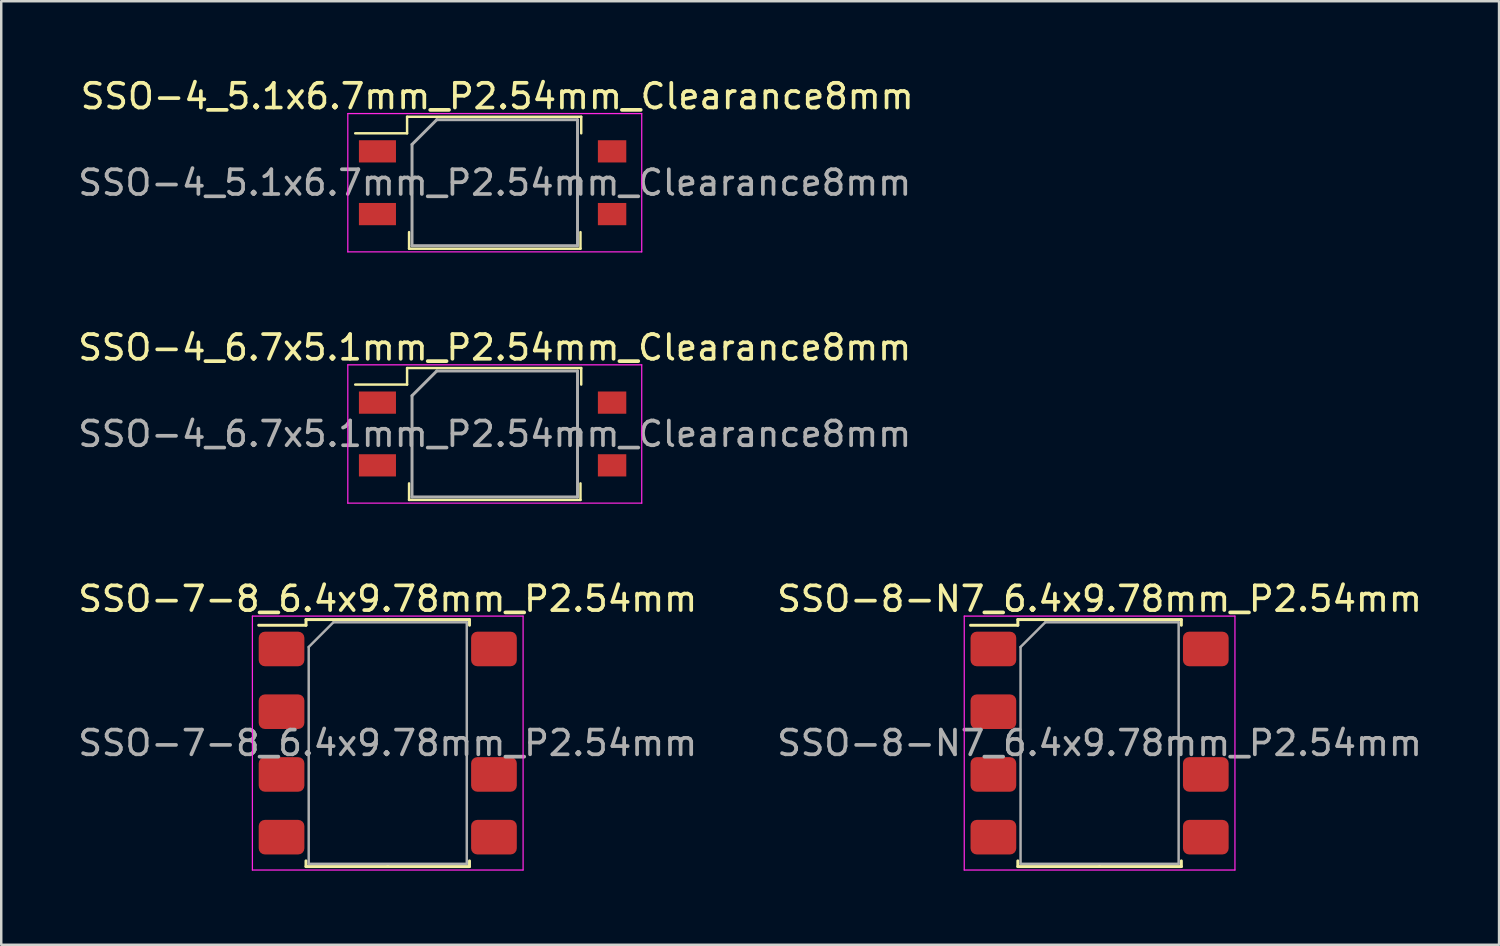
<source format=kicad_pcb>
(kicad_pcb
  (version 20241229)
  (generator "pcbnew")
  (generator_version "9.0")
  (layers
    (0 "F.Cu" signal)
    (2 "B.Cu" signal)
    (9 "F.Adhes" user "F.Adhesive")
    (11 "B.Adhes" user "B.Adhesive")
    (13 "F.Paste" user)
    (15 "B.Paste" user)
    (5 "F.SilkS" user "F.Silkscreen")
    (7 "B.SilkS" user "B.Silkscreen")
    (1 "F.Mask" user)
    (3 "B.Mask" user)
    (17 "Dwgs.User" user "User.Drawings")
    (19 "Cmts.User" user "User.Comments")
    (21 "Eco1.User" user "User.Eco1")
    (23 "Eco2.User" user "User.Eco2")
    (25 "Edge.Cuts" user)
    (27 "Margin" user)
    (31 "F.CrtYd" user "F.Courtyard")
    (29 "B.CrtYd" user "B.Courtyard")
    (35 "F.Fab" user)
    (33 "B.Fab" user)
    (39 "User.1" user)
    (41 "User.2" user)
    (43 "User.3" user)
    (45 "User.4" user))
  (footprint "SSO-4_6.7x5.1mm_P2.54mm_Clearance8mm"
    (layer "F.Cu")
    (at 16.982 14.521)
    (property "Reference" "SSO-4_6.7x5.1mm_P2.54mm_Clearance8mm" (at 0 -3.5 0) (layer "F.SilkS") (effects (font (size 1 1) (thickness 0.15))))
    (attr smd)
    (fp_line (start -3.55 -2.67) (end -3.55 -2) (stroke (width 0.1) (type solid)) (layer "F.SilkS"))
    (fp_line (start -3.55 -2) (end -5.65 -2) (stroke (width 0.1) (type solid)) (layer "F.SilkS"))
    (fp_line (start -3.47 2) (end -3.47 2.67) (stroke (width 0.1) (type solid)) (layer "F.SilkS"))
    (fp_line (start -3.47 2.67) (end 3.47 2.67) (stroke (width 0.1) (type solid)) (layer "F.SilkS"))
    (fp_line (start 3.47 2) (end 3.47 2.67) (stroke (width 0.1) (type solid)) (layer "F.SilkS"))
    (fp_line (start 3.5 -2.67) (end -3.55 -2.67) (stroke (width 0.1) (type solid)) (layer "F.SilkS"))
    (fp_line (start 3.5 -2.67) (end 3.5 -2) (stroke (width 0.1) (type solid)) (layer "F.SilkS"))
    (fp_line (start -5.95 -2.8) (end -5.95 2.8) (stroke (width 0.05) (type solid)) (layer "F.CrtYd"))
    (fp_line (start -5.95 -2.8) (end 5.95 -2.8) (stroke (width 0.05) (type solid)) (layer "F.CrtYd"))
    (fp_line (start 5.95 2.8) (end -5.95 2.8) (stroke (width 0.05) (type solid)) (layer "F.CrtYd"))
    (fp_line (start 5.95 2.8) (end 5.95 -2.8) (stroke (width 0.05) (type solid)) (layer "F.CrtYd"))
    (fp_line (start -3.35 2.55) (end -3.35 -1.55) (stroke (width 0.12) (type solid)) (layer "F.Fab"))
    (fp_line (start -2.35 -2.55) (end -3.35 -1.55) (stroke (width 0.12) (type solid)) (layer "F.Fab"))
    (fp_line (start 3.35 -2.55) (end -2.35 -2.55) (stroke (width 0.12) (type solid)) (layer "F.Fab"))
    (fp_line (start 3.35 -2.55) (end 3.35 2.55) (stroke (width 0.12) (type solid)) (layer "F.Fab"))
    (fp_line (start 3.35 2.55) (end -3.35 2.55) (stroke (width 0.12) (type solid)) (layer "F.Fab"))
    (fp_text user "${REFERENCE}" (at 0 0 0) (layer "F.Fab") (effects (font (size 1 1) (thickness 0.15))))
    (pad "1" smd rect (at -4.75 -1.27) (size 1.5 0.9) (layers "F.Cu" "F.Mask" "F.Paste"))
    (pad "2" smd rect (at -4.75 1.27) (size 1.5 0.9) (layers "F.Cu" "F.Mask" "F.Paste"))
    (pad "3" smd rect (at 4.75 1.27) (size 1.15 0.9) (layers "F.Cu" "F.Mask" "F.Paste"))
    (pad "4" smd rect (at 4.75 -1.27) (size 1.15 0.9) (layers "F.Cu" "F.Mask" "F.Paste")))
  (footprint "SSO-4_5.1x6.7mm_P2.54mm_Clearance8mm"
    (layer "F.Cu")
    (at 16.982 4.348)
    (property "Reference" "SSO-4_5.1x6.7mm_P2.54mm_Clearance8mm" (at 0.1 -3.5 0) (layer "F.SilkS") (effects (font (size 1 1) (thickness 0.15))))
    (attr smd)
    (fp_line (start -3.55 -2.67) (end -3.55 -2) (stroke (width 0.1) (type solid)) (layer "F.SilkS"))
    (fp_line (start -3.55 -2) (end -5.65 -2) (stroke (width 0.1) (type solid)) (layer "F.SilkS"))
    (fp_line (start -3.47 2) (end -3.47 2.67) (stroke (width 0.1) (type solid)) (layer "F.SilkS"))
    (fp_line (start -3.47 2.67) (end 3.47 2.67) (stroke (width 0.1) (type solid)) (layer "F.SilkS"))
    (fp_line (start 3.47 2) (end 3.47 2.67) (stroke (width 0.1) (type solid)) (layer "F.SilkS"))
    (fp_line (start 3.5 -2.67) (end -3.55 -2.67) (stroke (width 0.1) (type solid)) (layer "F.SilkS"))
    (fp_line (start 3.5 -2.67) (end 3.5 -2) (stroke (width 0.1) (type solid)) (layer "F.SilkS"))
    (fp_line (start -5.95 -2.8) (end -5.95 2.8) (stroke (width 0.05) (type solid)) (layer "F.CrtYd"))
    (fp_line (start -5.95 -2.8) (end 5.95 -2.8) (stroke (width 0.05) (type solid)) (layer "F.CrtYd"))
    (fp_line (start 5.95 2.8) (end -5.95 2.8) (stroke (width 0.05) (type solid)) (layer "F.CrtYd"))
    (fp_line (start 5.95 2.8) (end 5.95 -2.8) (stroke (width 0.05) (type solid)) (layer "F.CrtYd"))
    (fp_line (start -3.35 2.55) (end -3.35 -1.55) (stroke (width 0.12) (type solid)) (layer "F.Fab"))
    (fp_line (start -2.35 -2.55) (end -3.35 -1.55) (stroke (width 0.12) (type solid)) (layer "F.Fab"))
    (fp_line (start 3.35 -2.55) (end -2.35 -2.55) (stroke (width 0.12) (type solid)) (layer "F.Fab"))
    (fp_line (start 3.35 -2.55) (end 3.35 2.55) (stroke (width 0.12) (type solid)) (layer "F.Fab"))
    (fp_line (start 3.35 2.55) (end -3.35 2.55) (stroke (width 0.12) (type solid)) (layer "F.Fab"))
    (fp_text user "${REFERENCE}" (at 0 0 0) (layer "F.Fab") (effects (font (size 1 1) (thickness 0.15))))
    (pad "1" smd rect (at -4.75 -1.27) (size 1.5 0.9) (layers "F.Cu" "F.Mask" "F.Paste"))
    (pad "2" smd rect (at -4.75 1.27) (size 1.5 0.9) (layers "F.Cu" "F.Mask" "F.Paste"))
    (pad "3" smd rect (at 4.75 1.27) (size 1.15 0.9) (layers "F.Cu" "F.Mask" "F.Paste"))
    (pad "4" smd rect (at 4.75 -1.27) (size 1.15 0.9) (layers "F.Cu" "F.Mask" "F.Paste")))
  (footprint "SSO-8-N7_6.4x9.78mm_P2.54mm"
    (layer "F.Cu")
    (at 41.47 27.035)
    (property "Reference" "SSO-8-N7_6.4x9.78mm_P2.54mm" (at 0 -5.84 0) (layer "F.SilkS") (effects (font (size 1 1) (thickness 0.15))))
    (attr smd)
    (fp_line (start -3.31 -5) (end -3.31 -4.77) (stroke (width 0.12) (type solid)) (layer "F.SilkS"))
    (fp_line (start -3.31 -4.77) (end -5.225 -4.77) (stroke (width 0.12) (type solid)) (layer "F.SilkS"))
    (fp_line (start -3.31 5) (end -3.31 4.77) (stroke (width 0.12) (type solid)) (layer "F.SilkS"))
    (fp_line (start 0 -5) (end -3.31 -5) (stroke (width 0.12) (type solid)) (layer "F.SilkS"))
    (fp_line (start 0 -5) (end 3.31 -5) (stroke (width 0.12) (type solid)) (layer "F.SilkS"))
    (fp_line (start 0 5) (end -3.31 5) (stroke (width 0.12) (type solid)) (layer "F.SilkS"))
    (fp_line (start 0 5) (end 3.31 5) (stroke (width 0.12) (type solid)) (layer "F.SilkS"))
    (fp_line (start 3.31 -5) (end 3.31 -4.77) (stroke (width 0.12) (type solid)) (layer "F.SilkS"))
    (fp_line (start 3.31 5) (end 3.31 4.77) (stroke (width 0.12) (type solid)) (layer "F.SilkS"))
    (fp_line (start -5.48 -5.14) (end -5.48 5.14) (stroke (width 0.05) (type solid)) (layer "F.CrtYd"))
    (fp_line (start -5.48 5.14) (end 5.48 5.14) (stroke (width 0.05) (type solid)) (layer "F.CrtYd"))
    (fp_line (start 5.48 -5.14) (end -5.48 -5.14) (stroke (width 0.05) (type solid)) (layer "F.CrtYd"))
    (fp_line (start 5.48 5.14) (end 5.48 -5.14) (stroke (width 0.05) (type solid)) (layer "F.CrtYd"))
    (fp_line (start -3.2 -3.89) (end -2.2 -4.89) (stroke (width 0.1) (type solid)) (layer "F.Fab"))
    (fp_line (start -3.2 4.89) (end -3.2 -3.89) (stroke (width 0.1) (type solid)) (layer "F.Fab"))
    (fp_line (start -2.2 -4.89) (end 3.2 -4.89) (stroke (width 0.1) (type solid)) (layer "F.Fab"))
    (fp_line (start 3.2 -4.89) (end 3.2 4.89) (stroke (width 0.1) (type solid)) (layer "F.Fab"))
    (fp_line (start 3.2 4.89) (end -3.2 4.89) (stroke (width 0.1) (type solid)) (layer "F.Fab"))
    (fp_text user "${REFERENCE}" (at 0 0 0) (layer "F.Fab") (effects (font (size 1 1) (thickness 0.15))))
    (pad "1" smd roundrect (at -4.3 -3.81) (size 1.85 1.4) (layers "F.Cu" "F.Mask" "F.Paste") (roundrect_rratio 0.179))
    (pad "2" smd roundrect (at -4.3 -1.27) (size 1.85 1.4) (layers "F.Cu" "F.Mask" "F.Paste") (roundrect_rratio 0.179))
    (pad "3" smd roundrect (at -4.3 1.27) (size 1.85 1.4) (layers "F.Cu" "F.Mask" "F.Paste") (roundrect_rratio 0.179))
    (pad "4" smd roundrect (at -4.3 3.81) (size 1.85 1.4) (layers "F.Cu" "F.Mask" "F.Paste") (roundrect_rratio 0.179))
    (pad "5" smd roundrect (at 4.3 3.81) (size 1.85 1.4) (layers "F.Cu" "F.Mask" "F.Paste") (roundrect_rratio 0.179))
    (pad "6" smd roundrect (at 4.3 1.27) (size 1.85 1.4) (layers "F.Cu" "F.Mask" "F.Paste") (roundrect_rratio 0.179))
    (pad "8" smd roundrect (at 4.3 -3.81) (size 1.85 1.4) (layers "F.Cu" "F.Mask" "F.Paste") (roundrect_rratio 0.179)))
  (footprint "SSO-7-8_6.4x9.78mm_P2.54mm"
    (layer "F.Cu")
    (at 12.649 27.035)
    (property "Reference" "SSO-7-8_6.4x9.78mm_P2.54mm" (at 0 -5.84 0) (layer "F.SilkS") (effects (font (size 1 1) (thickness 0.15))))
    (attr smd)
    (fp_line (start -3.31 -5) (end -3.31 -4.77) (stroke (width 0.12) (type solid)) (layer "F.SilkS"))
    (fp_line (start -3.31 -4.77) (end -5.225 -4.77) (stroke (width 0.12) (type solid)) (layer "F.SilkS"))
    (fp_line (start -3.31 5) (end -3.31 4.77) (stroke (width 0.12) (type solid)) (layer "F.SilkS"))
    (fp_line (start 0 -5) (end -3.31 -5) (stroke (width 0.12) (type solid)) (layer "F.SilkS"))
    (fp_line (start 0 -5) (end 3.31 -5) (stroke (width 0.12) (type solid)) (layer "F.SilkS"))
    (fp_line (start 0 5) (end -3.31 5) (stroke (width 0.12) (type solid)) (layer "F.SilkS"))
    (fp_line (start 0 5) (end 3.31 5) (stroke (width 0.12) (type solid)) (layer "F.SilkS"))
    (fp_line (start 3.31 -5) (end 3.31 -4.77) (stroke (width 0.12) (type solid)) (layer "F.SilkS"))
    (fp_line (start 3.31 5) (end 3.31 4.77) (stroke (width 0.12) (type solid)) (layer "F.SilkS"))
    (fp_line (start -5.48 -5.14) (end -5.48 5.14) (stroke (width 0.05) (type solid)) (layer "F.CrtYd"))
    (fp_line (start -5.48 5.14) (end 5.48 5.14) (stroke (width 0.05) (type solid)) (layer "F.CrtYd"))
    (fp_line (start 5.48 -5.14) (end -5.48 -5.14) (stroke (width 0.05) (type solid)) (layer "F.CrtYd"))
    (fp_line (start 5.48 5.14) (end 5.48 -5.14) (stroke (width 0.05) (type solid)) (layer "F.CrtYd"))
    (fp_line (start -3.2 -3.89) (end -2.2 -4.89) (stroke (width 0.1) (type solid)) (layer "F.Fab"))
    (fp_line (start -3.2 4.89) (end -3.2 -3.89) (stroke (width 0.1) (type solid)) (layer "F.Fab"))
    (fp_line (start -2.2 -4.89) (end 3.2 -4.89) (stroke (width 0.1) (type solid)) (layer "F.Fab"))
    (fp_line (start 3.2 -4.89) (end 3.2 4.89) (stroke (width 0.1) (type solid)) (layer "F.Fab"))
    (fp_line (start 3.2 4.89) (end -3.2 4.89) (stroke (width 0.1) (type solid)) (layer "F.Fab"))
    (fp_text user "${REFERENCE}" (at 0 0 0) (layer "F.Fab") (effects (font (size 1 1) (thickness 0.15))))
    (pad "1" smd roundrect (at -4.3 -3.81) (size 1.85 1.4) (layers "F.Cu" "F.Mask" "F.Paste") (roundrect_rratio 0.179))
    (pad "2" smd roundrect (at -4.3 -1.27) (size 1.85 1.4) (layers "F.Cu" "F.Mask" "F.Paste") (roundrect_rratio 0.179))
    (pad "3" smd roundrect (at -4.3 1.27) (size 1.85 1.4) (layers "F.Cu" "F.Mask" "F.Paste") (roundrect_rratio 0.179))
    (pad "4" smd roundrect (at -4.3 3.81) (size 1.85 1.4) (layers "F.Cu" "F.Mask" "F.Paste") (roundrect_rratio 0.179))
    (pad "5" smd roundrect (at 4.3 3.81) (size 1.85 1.4) (layers "F.Cu" "F.Mask" "F.Paste") (roundrect_rratio 0.179))
    (pad "6" smd roundrect (at 4.3 1.27) (size 1.85 1.4) (layers "F.Cu" "F.Mask" "F.Paste") (roundrect_rratio 0.179))
    (pad "8" smd roundrect (at 4.3 -3.81) (size 1.85 1.4) (layers "F.Cu" "F.Mask" "F.Paste") (roundrect_rratio 0.179)))
  (gr_rect
    (start -3 -3)
    (end 57.643 35.2)
    (stroke (width 0.1) (type default))
    (fill no)
    (layer "Edge.Cuts")))
</source>
